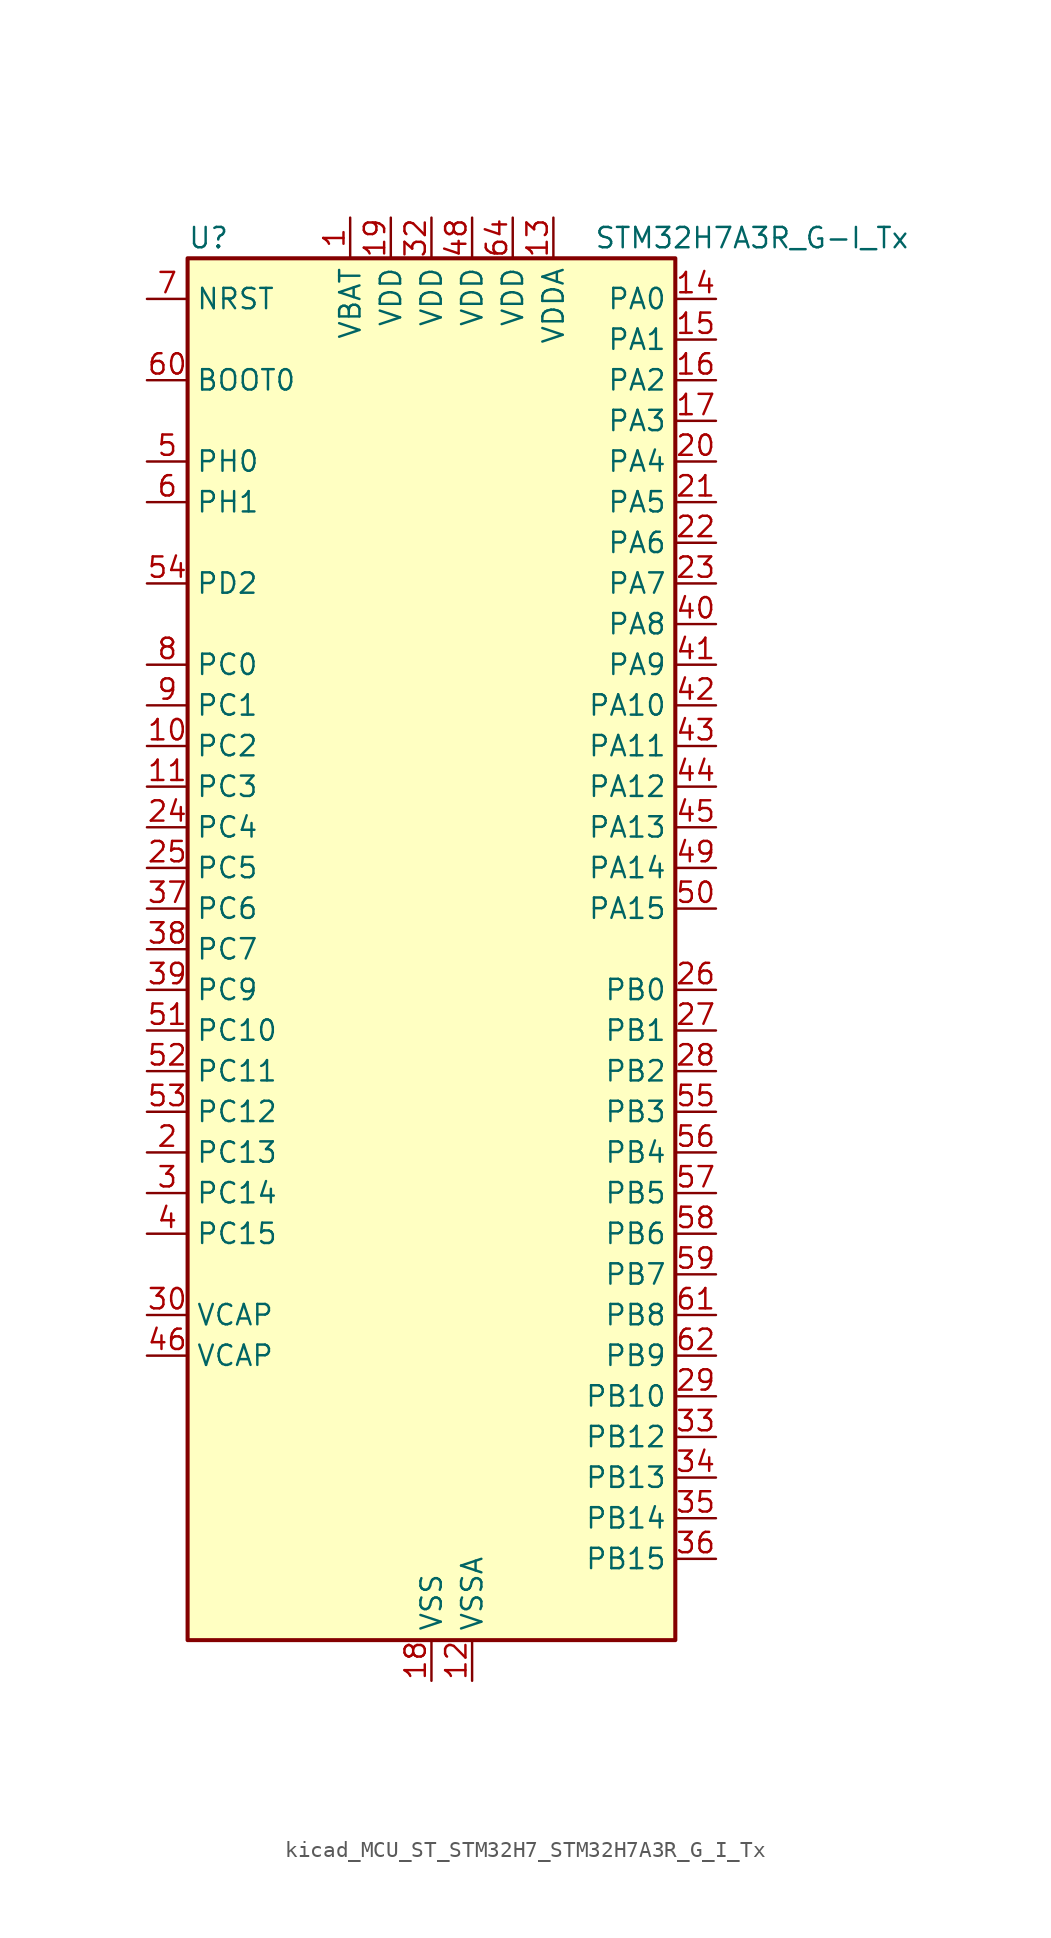
<source format=kicad_sym>
(kicad_symbol_lib
  (version 20220914)
  (generator kicad_symbol_editor)
  (symbol "kicad_MCU_ST_STM32H7_STM32H7A3R_G_I_Tx"
    (property "Reference" "U"
      (at -15.24 44.45 0)
      (effects (font (size 1.27 1.27)) (justify left)))
    (property "Value" "STM32H7A3R_G-I_Tx"
      (at 10.16 44.45 0)
      (effects (font (size 1.27 1.27)) (justify left)))
    (property "ki_locked" ""
      (at 0 0 0)
      (effects (font (size 1.27 1.27))))
    (symbol "kicad_MCU_ST_STM32H7_STM32H7A3R_G_I_Tx_0_1"
      (rectangle (start -15.24 -43.18) (end 15.24 43.18) (stroke (width 0.254) (type default)) (fill (type background))))
    (symbol "kicad_MCU_ST_STM32H7_STM32H7A3R_G_I_Tx_1_1"
      (pin power_in line (at -5.08 45.72 270) (length 2.54) (name "VBAT" (effects (font (size 1.27 1.27)))) (number "1" (effects (font (size 1.27 1.27)))))
      (pin bidirectional line (at -17.78 12.7 0) (length 2.54) (name "PC2" (effects (font (size 1.27 1.27)))) (number "10" (effects (font (size 1.27 1.27)))) (alternate "ADC1_INN11" bidirectional line) (alternate "ADC1_INP12" bidirectional line) (alternate "ADC2_INN11" bidirectional line) (alternate "ADC2_INP12" bidirectional line) (alternate "DFSDM1_CKIN1" bidirectional line) (alternate "DFSDM1_CKOUT" bidirectional line) (alternate "I2S2_SDI" bidirectional line) (alternate "OCTOSPIM_P1_IO2" bidirectional line) (alternate "OCTOSPIM_P1_IO5" bidirectional line) (alternate "PWR_CSTOP" bidirectional line) (alternate "SPI2_MISO" bidirectional line) (alternate "USB_OTG_HS_ULPI_DIR" bidirectional line))
      (pin bidirectional line (at -17.78 10.16 0) (length 2.54) (name "PC3" (effects (font (size 1.27 1.27)))) (number "11" (effects (font (size 1.27 1.27)))) (alternate "ADC1_INN12" bidirectional line) (alternate "ADC1_INP13" bidirectional line) (alternate "ADC2_INN12" bidirectional line) (alternate "ADC2_INP13" bidirectional line) (alternate "DFSDM1_DATIN1" bidirectional line) (alternate "I2S2_SDO" bidirectional line) (alternate "OCTOSPIM_P1_IO0" bidirectional line) (alternate "OCTOSPIM_P1_IO6" bidirectional line) (alternate "PWR_CSLEEP" bidirectional line) (alternate "SPI2_MOSI" bidirectional line) (alternate "USB_OTG_HS_ULPI_NXT" bidirectional line))
      (pin power_in line (at 2.54 -45.72 90) (length 2.54) (name "VSSA" (effects (font (size 1.27 1.27)))) (number "12" (effects (font (size 1.27 1.27)))))
      (pin power_in line (at 7.62 45.72 270) (length 2.54) (name "VDDA" (effects (font (size 1.27 1.27)))) (number "13" (effects (font (size 1.27 1.27)))))
      (pin bidirectional line (at 17.78 40.64 180) (length 2.54) (name "PA0" (effects (font (size 1.27 1.27)))) (number "14" (effects (font (size 1.27 1.27)))) (alternate "ADC1_INP16" bidirectional line) (alternate "I2S6_WS" bidirectional line) (alternate "PWR_WKUP1" bidirectional line) (alternate "SAI2_SD_B" bidirectional line) (alternate "SDMMC2_CMD" bidirectional line) (alternate "SPI6_NSS" bidirectional line) (alternate "TIM15_BKIN" bidirectional line) (alternate "TIM2_CH1" bidirectional line) (alternate "TIM2_ETR" bidirectional line) (alternate "TIM5_CH1" bidirectional line) (alternate "TIM8_ETR" bidirectional line) (alternate "UART4_TX" bidirectional line) (alternate "USART2_CTS" bidirectional line) (alternate "USART2_NSS" bidirectional line))
      (pin bidirectional line (at 17.78 38.1 180) (length 2.54) (name "PA1" (effects (font (size 1.27 1.27)))) (number "15" (effects (font (size 1.27 1.27)))) (alternate "ADC1_INN16" bidirectional line) (alternate "ADC1_INP17" bidirectional line) (alternate "LPTIM3_OUT" bidirectional line) (alternate "LTDC_R2" bidirectional line) (alternate "OCTOSPIM_P1_DQS" bidirectional line) (alternate "OCTOSPIM_P1_IO3" bidirectional line) (alternate "SAI2_MCLK_B" bidirectional line) (alternate "TIM15_CH1N" bidirectional line) (alternate "TIM2_CH2" bidirectional line) (alternate "TIM5_CH2" bidirectional line) (alternate "UART4_RX" bidirectional line) (alternate "USART2_DE" bidirectional line) (alternate "USART2_RTS" bidirectional line))
      (pin bidirectional line (at 17.78 35.56 180) (length 2.54) (name "PA2" (effects (font (size 1.27 1.27)))) (number "16" (effects (font (size 1.27 1.27)))) (alternate "ADC1_INP14" bidirectional line) (alternate "DFSDM2_CKIN1" bidirectional line) (alternate "LTDC_R1" bidirectional line) (alternate "MDIOS_MDIO" bidirectional line) (alternate "PWR_WKUP2" bidirectional line) (alternate "SAI2_SCK_B" bidirectional line) (alternate "TIM15_CH1" bidirectional line) (alternate "TIM2_CH3" bidirectional line) (alternate "TIM5_CH3" bidirectional line) (alternate "USART2_TX" bidirectional line))
      (pin bidirectional line (at 17.78 33.02 180) (length 2.54) (name "PA3" (effects (font (size 1.27 1.27)))) (number "17" (effects (font (size 1.27 1.27)))) (alternate "ADC1_INP15" bidirectional line) (alternate "I2S6_MCK" bidirectional line) (alternate "LTDC_B2" bidirectional line) (alternate "LTDC_B5" bidirectional line) (alternate "OCTOSPIM_P1_CLK" bidirectional line) (alternate "TIM15_CH2" bidirectional line) (alternate "TIM2_CH4" bidirectional line) (alternate "TIM5_CH4" bidirectional line) (alternate "USART2_RX" bidirectional line) (alternate "USB_OTG_HS_ULPI_D0" bidirectional line))
      (pin power_in line (at 0 -45.72 90) (length 2.54) (name "VSS" (effects (font (size 1.27 1.27)))) (number "18" (effects (font (size 1.27 1.27)))))
      (pin power_in line (at -2.54 45.72 270) (length 2.54) (name "VDD" (effects (font (size 1.27 1.27)))) (number "19" (effects (font (size 1.27 1.27)))))
      (pin bidirectional line (at -17.78 -12.7 0) (length 2.54) (name "PC13" (effects (font (size 1.27 1.27)))) (number "2" (effects (font (size 1.27 1.27)))) (alternate "PWR_WKUP4" bidirectional line) (alternate "RTC_OUT_ALARM" bidirectional line) (alternate "RTC_OUT_CALIB" bidirectional line) (alternate "RTC_TAMP1" bidirectional line) (alternate "RTC_TS" bidirectional line))
      (pin bidirectional line (at 17.78 30.48 180) (length 2.54) (name "PA4" (effects (font (size 1.27 1.27)))) (number "20" (effects (font (size 1.27 1.27)))) (alternate "ADC1_INP18" bidirectional line) (alternate "DAC1_OUT1" bidirectional line) (alternate "DCMI_HSYNC" bidirectional line) (alternate "I2S1_WS" bidirectional line) (alternate "I2S3_WS" bidirectional line) (alternate "I2S6_WS" bidirectional line) (alternate "LTDC_VSYNC" bidirectional line) (alternate "PSSI_DE" bidirectional line) (alternate "SPI1_NSS" bidirectional line) (alternate "SPI3_NSS" bidirectional line) (alternate "SPI6_NSS" bidirectional line) (alternate "TIM5_ETR" bidirectional line) (alternate "USART2_CK" bidirectional line))
      (pin bidirectional line (at 17.78 27.94 180) (length 2.54) (name "PA5" (effects (font (size 1.27 1.27)))) (number "21" (effects (font (size 1.27 1.27)))) (alternate "ADC1_INN18" bidirectional line) (alternate "ADC1_INP19" bidirectional line) (alternate "DAC1_OUT2" bidirectional line) (alternate "I2S1_CK" bidirectional line) (alternate "I2S6_CK" bidirectional line) (alternate "LTDC_R4" bidirectional line) (alternate "PSSI_D14" bidirectional line) (alternate "PWR_NDSTOP2" bidirectional line) (alternate "SPI1_SCK" bidirectional line) (alternate "SPI6_SCK" bidirectional line) (alternate "TIM2_CH1" bidirectional line) (alternate "TIM2_ETR" bidirectional line) (alternate "TIM8_CH1N" bidirectional line) (alternate "USB_OTG_HS_ULPI_CK" bidirectional line))
      (pin bidirectional line (at 17.78 25.4 180) (length 2.54) (name "PA6" (effects (font (size 1.27 1.27)))) (number "22" (effects (font (size 1.27 1.27)))) (alternate "ADC1_INP3" bidirectional line) (alternate "ADC2_INP3" bidirectional line) (alternate "DAC2_OUT1" bidirectional line) (alternate "DCMI_PIXCLK" bidirectional line) (alternate "I2S1_SDI" bidirectional line) (alternate "I2S6_SDI" bidirectional line) (alternate "LTDC_G2" bidirectional line) (alternate "MDIOS_MDC" bidirectional line) (alternate "OCTOSPIM_P1_IO3" bidirectional line) (alternate "PSSI_PDCK" bidirectional line) (alternate "SPI1_MISO" bidirectional line) (alternate "SPI6_MISO" bidirectional line) (alternate "TIM13_CH1" bidirectional line) (alternate "TIM1_BKIN" bidirectional line) (alternate "TIM1_BKIN_COMP1" bidirectional line) (alternate "TIM3_CH1" bidirectional line) (alternate "TIM8_BKIN" bidirectional line) (alternate "TIM8_BKIN_COMP1" bidirectional line))
      (pin bidirectional line (at 17.78 22.86 180) (length 2.54) (name "PA7" (effects (font (size 1.27 1.27)))) (number "23" (effects (font (size 1.27 1.27)))) (alternate "ADC1_INN3" bidirectional line) (alternate "ADC1_INP7" bidirectional line) (alternate "ADC2_INN3" bidirectional line) (alternate "ADC2_INP7" bidirectional line) (alternate "DFSDM2_DATIN1" bidirectional line) (alternate "I2S1_SDO" bidirectional line) (alternate "I2S6_SDO" bidirectional line) (alternate "LTDC_VSYNC" bidirectional line) (alternate "OCTOSPIM_P1_IO2" bidirectional line) (alternate "OPAMP1_VINM" bidirectional line) (alternate "SPI1_MOSI" bidirectional line) (alternate "SPI6_MOSI" bidirectional line) (alternate "TIM14_CH1" bidirectional line) (alternate "TIM1_CH1N" bidirectional line) (alternate "TIM3_CH2" bidirectional line) (alternate "TIM8_CH1N" bidirectional line))
      (pin bidirectional line (at -17.78 7.62 0) (length 2.54) (name "PC4" (effects (font (size 1.27 1.27)))) (number "24" (effects (font (size 1.27 1.27)))) (alternate "ADC1_INP4" bidirectional line) (alternate "ADC2_INP4" bidirectional line) (alternate "COMP1_INM" bidirectional line) (alternate "DFSDM1_CKIN2" bidirectional line) (alternate "I2S1_MCK" bidirectional line) (alternate "LTDC_R7" bidirectional line) (alternate "OPAMP1_VOUT" bidirectional line) (alternate "SPDIFRX_IN2" bidirectional line))
      (pin bidirectional line (at -17.78 5.08 0) (length 2.54) (name "PC5" (effects (font (size 1.27 1.27)))) (number "25" (effects (font (size 1.27 1.27)))) (alternate "ADC1_INN4" bidirectional line) (alternate "ADC1_INP8" bidirectional line) (alternate "ADC2_INN4" bidirectional line) (alternate "ADC2_INP8" bidirectional line) (alternate "COMP1_OUT" bidirectional line) (alternate "DFSDM1_DATIN2" bidirectional line) (alternate "LTDC_DE" bidirectional line) (alternate "OCTOSPIM_P1_DQS" bidirectional line) (alternate "OPAMP1_VINM" bidirectional line) (alternate "PSSI_D15" bidirectional line) (alternate "SPDIFRX_IN3" bidirectional line))
      (pin bidirectional line (at 17.78 -2.54 180) (length 2.54) (name "PB0" (effects (font (size 1.27 1.27)))) (number "26" (effects (font (size 1.27 1.27)))) (alternate "ADC1_INN5" bidirectional line) (alternate "ADC1_INP9" bidirectional line) (alternate "ADC2_INN5" bidirectional line) (alternate "ADC2_INP9" bidirectional line) (alternate "COMP1_INP" bidirectional line) (alternate "DFSDM1_CKOUT" bidirectional line) (alternate "DFSDM2_CKOUT" bidirectional line) (alternate "LTDC_G1" bidirectional line) (alternate "LTDC_R3" bidirectional line) (alternate "OCTOSPIM_P1_IO1" bidirectional line) (alternate "OPAMP1_VINP" bidirectional line) (alternate "TIM1_CH2N" bidirectional line) (alternate "TIM3_CH3" bidirectional line) (alternate "TIM8_CH2N" bidirectional line) (alternate "UART4_CTS" bidirectional line) (alternate "USB_OTG_HS_ULPI_D1" bidirectional line))
      (pin bidirectional line (at 17.78 -5.08 180) (length 2.54) (name "PB1" (effects (font (size 1.27 1.27)))) (number "27" (effects (font (size 1.27 1.27)))) (alternate "ADC1_INP5" bidirectional line) (alternate "ADC2_INP5" bidirectional line) (alternate "COMP1_INM" bidirectional line) (alternate "DFSDM1_DATIN1" bidirectional line) (alternate "LTDC_G0" bidirectional line) (alternate "LTDC_R6" bidirectional line) (alternate "OCTOSPIM_P1_IO0" bidirectional line) (alternate "TIM1_CH3N" bidirectional line) (alternate "TIM3_CH4" bidirectional line) (alternate "TIM8_CH3N" bidirectional line) (alternate "USB_OTG_HS_ULPI_D2" bidirectional line))
      (pin bidirectional line (at 17.78 -7.62 180) (length 2.54) (name "PB2" (effects (font (size 1.27 1.27)))) (number "28" (effects (font (size 1.27 1.27)))) (alternate "COMP1_INP" bidirectional line) (alternate "DFSDM1_CKIN1" bidirectional line) (alternate "I2S3_SDO" bidirectional line) (alternate "OCTOSPIM_P1_CLK" bidirectional line) (alternate "OCTOSPIM_P1_DQS" bidirectional line) (alternate "RTC_OUT_ALARM" bidirectional line) (alternate "RTC_OUT_CALIB" bidirectional line) (alternate "SPI3_MOSI" bidirectional line))
      (pin bidirectional line (at 17.78 -27.94 180) (length 2.54) (name "PB10" (effects (font (size 1.27 1.27)))) (number "29" (effects (font (size 1.27 1.27)))) (alternate "DFSDM1_DATIN7" bidirectional line) (alternate "I2S2_CK" bidirectional line) (alternate "LPTIM2_IN1" bidirectional line) (alternate "LTDC_G4" bidirectional line) (alternate "OCTOSPIM_P1_NCS" bidirectional line) (alternate "SPI2_SCK" bidirectional line) (alternate "TIM2_CH3" bidirectional line) (alternate "USART3_TX" bidirectional line) (alternate "USB_OTG_HS_ULPI_D3" bidirectional line))
      (pin bidirectional line (at -17.78 -15.24 0) (length 2.54) (name "PC14" (effects (font (size 1.27 1.27)))) (number "3" (effects (font (size 1.27 1.27)))) (alternate "RCC_OSC32_IN" bidirectional line))
      (pin power_out line (at -17.78 -22.86 0) (length 2.54) (name "VCAP" (effects (font (size 1.27 1.27)))) (number "30" (effects (font (size 1.27 1.27)))))
      (pin passive line (at 0 -45.72 90) (length 2.54) hide (name "VSS" (effects (font (size 1.27 1.27)))) (number "31" (effects (font (size 1.27 1.27)))))
      (pin power_in line (at 0 45.72 270) (length 2.54) (name "VDD" (effects (font (size 1.27 1.27)))) (number "32" (effects (font (size 1.27 1.27)))))
      (pin bidirectional line (at 17.78 -30.48 180) (length 2.54) (name "PB12" (effects (font (size 1.27 1.27)))) (number "33" (effects (font (size 1.27 1.27)))) (alternate "DFSDM1_DATIN1" bidirectional line) (alternate "DFSDM2_DATIN1" bidirectional line) (alternate "FDCAN2_RX" bidirectional line) (alternate "I2S2_WS" bidirectional line) (alternate "OCTOSPIM_P1_NCLK" bidirectional line) (alternate "SPI2_NSS" bidirectional line) (alternate "TIM1_BKIN" bidirectional line) (alternate "TIM1_BKIN_COMP1" bidirectional line) (alternate "UART5_RX" bidirectional line) (alternate "USART3_CK" bidirectional line) (alternate "USB_OTG_HS_ULPI_D5" bidirectional line))
      (pin bidirectional line (at 17.78 -33.02 180) (length 2.54) (name "PB13" (effects (font (size 1.27 1.27)))) (number "34" (effects (font (size 1.27 1.27)))) (alternate "DCMI_D2" bidirectional line) (alternate "DFSDM1_CKIN1" bidirectional line) (alternate "DFSDM2_CKIN1" bidirectional line) (alternate "FDCAN2_TX" bidirectional line) (alternate "I2S2_CK" bidirectional line) (alternate "LPTIM2_OUT" bidirectional line) (alternate "PSSI_D2" bidirectional line) (alternate "SDMMC1_D0" bidirectional line) (alternate "SPI2_SCK" bidirectional line) (alternate "TIM1_CH1N" bidirectional line) (alternate "UART5_TX" bidirectional line) (alternate "USART3_CTS" bidirectional line) (alternate "USART3_NSS" bidirectional line) (alternate "USB_OTG_HS_ULPI_D6" bidirectional line))
      (pin bidirectional line (at 17.78 -35.56 180) (length 2.54) (name "PB14" (effects (font (size 1.27 1.27)))) (number "35" (effects (font (size 1.27 1.27)))) (alternate "DFSDM1_DATIN2" bidirectional line) (alternate "I2S2_SDI" bidirectional line) (alternate "LTDC_CLK" bidirectional line) (alternate "SDMMC2_D0" bidirectional line) (alternate "SPI2_MISO" bidirectional line) (alternate "TIM12_CH1" bidirectional line) (alternate "TIM1_CH2N" bidirectional line) (alternate "TIM8_CH2N" bidirectional line) (alternate "UART4_DE" bidirectional line) (alternate "UART4_RTS" bidirectional line) (alternate "USART1_TX" bidirectional line) (alternate "USART3_DE" bidirectional line) (alternate "USART3_RTS" bidirectional line))
      (pin bidirectional line (at 17.78 -38.1 180) (length 2.54) (name "PB15" (effects (font (size 1.27 1.27)))) (number "36" (effects (font (size 1.27 1.27)))) (alternate "ADC1_EXTI15" bidirectional line) (alternate "ADC2_EXTI15" bidirectional line) (alternate "DFSDM1_CKIN2" bidirectional line) (alternate "I2S2_SDO" bidirectional line) (alternate "LTDC_G7" bidirectional line) (alternate "RTC_REFIN" bidirectional line) (alternate "SDMMC2_D1" bidirectional line) (alternate "SPI2_MOSI" bidirectional line) (alternate "TIM12_CH2" bidirectional line) (alternate "TIM1_CH3N" bidirectional line) (alternate "TIM8_CH3N" bidirectional line) (alternate "UART4_CTS" bidirectional line) (alternate "USART1_RX" bidirectional line))
      (pin bidirectional line (at -17.78 2.54 0) (length 2.54) (name "PC6" (effects (font (size 1.27 1.27)))) (number "37" (effects (font (size 1.27 1.27)))) (alternate "DCMI_D0" bidirectional line) (alternate "DFSDM1_CKIN3" bidirectional line) (alternate "I2S2_MCK" bidirectional line) (alternate "LTDC_HSYNC" bidirectional line) (alternate "PSSI_D0" bidirectional line) (alternate "SDMMC1_D0DIR" bidirectional line) (alternate "SDMMC1_D6" bidirectional line) (alternate "SDMMC2_D6" bidirectional line) (alternate "SWPMI1_IO" bidirectional line) (alternate "TIM3_CH1" bidirectional line) (alternate "TIM8_CH1" bidirectional line) (alternate "USART6_TX" bidirectional line))
      (pin bidirectional line (at -17.78 0 0) (length 2.54) (name "PC7" (effects (font (size 1.27 1.27)))) (number "38" (effects (font (size 1.27 1.27)))) (alternate "DCMI_D1" bidirectional line) (alternate "DEBUG_TRGIO" bidirectional line) (alternate "DFSDM1_DATIN3" bidirectional line) (alternate "I2S3_MCK" bidirectional line) (alternate "LTDC_G6" bidirectional line) (alternate "PSSI_D1" bidirectional line) (alternate "SDMMC1_D123DIR" bidirectional line) (alternate "SDMMC1_D7" bidirectional line) (alternate "SDMMC2_D7" bidirectional line) (alternate "SWPMI1_TX" bidirectional line) (alternate "TIM3_CH2" bidirectional line) (alternate "TIM8_CH2" bidirectional line) (alternate "USART6_RX" bidirectional line))
      (pin bidirectional line (at -17.78 -2.54 0) (length 2.54) (name "PC9" (effects (font (size 1.27 1.27)))) (number "39" (effects (font (size 1.27 1.27)))) (alternate "DAC1_EXTI9" bidirectional line) (alternate "DCMI_D3" bidirectional line) (alternate "I2C3_SDA" bidirectional line) (alternate "I2S_CKIN" bidirectional line) (alternate "LTDC_B2" bidirectional line) (alternate "LTDC_G3" bidirectional line) (alternate "OCTOSPIM_P1_IO0" bidirectional line) (alternate "PSSI_D3" bidirectional line) (alternate "RCC_MCO_2" bidirectional line) (alternate "SDMMC1_D1" bidirectional line) (alternate "SWPMI1_SUSPEND" bidirectional line) (alternate "TIM3_CH4" bidirectional line) (alternate "TIM8_CH4" bidirectional line) (alternate "UART5_CTS" bidirectional line))
      (pin bidirectional line (at -17.78 -17.78 0) (length 2.54) (name "PC15" (effects (font (size 1.27 1.27)))) (number "4" (effects (font (size 1.27 1.27)))) (alternate "ADC1_EXTI15" bidirectional line) (alternate "ADC2_EXTI15" bidirectional line) (alternate "RCC_OSC32_OUT" bidirectional line))
      (pin bidirectional line (at 17.78 20.32 180) (length 2.54) (name "PA8" (effects (font (size 1.27 1.27)))) (number "40" (effects (font (size 1.27 1.27)))) (alternate "I2C3_SCL" bidirectional line) (alternate "LTDC_B3" bidirectional line) (alternate "LTDC_R6" bidirectional line) (alternate "RCC_MCO_1" bidirectional line) (alternate "TIM1_CH1" bidirectional line) (alternate "TIM8_BKIN2" bidirectional line) (alternate "TIM8_BKIN2_COMP1" bidirectional line) (alternate "UART7_RX" bidirectional line) (alternate "USART1_CK" bidirectional line) (alternate "USB_OTG_HS_SOF" bidirectional line))
      (pin bidirectional line (at 17.78 17.78 180) (length 2.54) (name "PA9" (effects (font (size 1.27 1.27)))) (number "41" (effects (font (size 1.27 1.27)))) (alternate "DAC1_EXTI9" bidirectional line) (alternate "DCMI_D0" bidirectional line) (alternate "I2C3_SMBA" bidirectional line) (alternate "I2S2_CK" bidirectional line) (alternate "LPUART1_TX" bidirectional line) (alternate "LTDC_R5" bidirectional line) (alternate "PSSI_D0" bidirectional line) (alternate "SPI2_SCK" bidirectional line) (alternate "TIM1_CH2" bidirectional line) (alternate "USART1_TX" bidirectional line) (alternate "USB_OTG_HS_VBUS" bidirectional line))
      (pin bidirectional line (at 17.78 15.24 180) (length 2.54) (name "PA10" (effects (font (size 1.27 1.27)))) (number "42" (effects (font (size 1.27 1.27)))) (alternate "DCMI_D1" bidirectional line) (alternate "LPUART1_RX" bidirectional line) (alternate "LTDC_B1" bidirectional line) (alternate "LTDC_B4" bidirectional line) (alternate "MDIOS_MDIO" bidirectional line) (alternate "PSSI_D1" bidirectional line) (alternate "TIM1_CH3" bidirectional line) (alternate "USART1_RX" bidirectional line) (alternate "USB_OTG_HS_ID" bidirectional line))
      (pin bidirectional line (at 17.78 12.7 180) (length 2.54) (name "PA11" (effects (font (size 1.27 1.27)))) (number "43" (effects (font (size 1.27 1.27)))) (alternate "ADC1_EXTI11" bidirectional line) (alternate "ADC2_EXTI11" bidirectional line) (alternate "FDCAN1_RX" bidirectional line) (alternate "I2S2_WS" bidirectional line) (alternate "LPUART1_CTS" bidirectional line) (alternate "LTDC_R4" bidirectional line) (alternate "SPI2_NSS" bidirectional line) (alternate "TIM1_CH4" bidirectional line) (alternate "UART4_RX" bidirectional line) (alternate "USART1_CTS" bidirectional line) (alternate "USART1_NSS" bidirectional line) (alternate "USB_OTG_HS_DM" bidirectional line))
      (pin bidirectional line (at 17.78 10.16 180) (length 2.54) (name "PA12" (effects (font (size 1.27 1.27)))) (number "44" (effects (font (size 1.27 1.27)))) (alternate "FDCAN1_TX" bidirectional line) (alternate "I2S2_CK" bidirectional line) (alternate "LPUART1_DE" bidirectional line) (alternate "LPUART1_RTS" bidirectional line) (alternate "LTDC_R5" bidirectional line) (alternate "SAI2_FS_B" bidirectional line) (alternate "SPI2_SCK" bidirectional line) (alternate "TIM1_ETR" bidirectional line) (alternate "UART4_TX" bidirectional line) (alternate "USART1_DE" bidirectional line) (alternate "USART1_RTS" bidirectional line) (alternate "USB_OTG_HS_DP" bidirectional line))
      (pin bidirectional line (at 17.78 7.62 180) (length 2.54) (name "PA13" (effects (font (size 1.27 1.27)))) (number "45" (effects (font (size 1.27 1.27)))) (alternate "DEBUG_JTMS-SWDIO" bidirectional line))
      (pin power_out line (at -17.78 -25.4 0) (length 2.54) (name "VCAP" (effects (font (size 1.27 1.27)))) (number "46" (effects (font (size 1.27 1.27)))))
      (pin passive line (at 0 -45.72 90) (length 2.54) hide (name "VSS" (effects (font (size 1.27 1.27)))) (number "47" (effects (font (size 1.27 1.27)))))
      (pin power_in line (at 2.54 45.72 270) (length 2.54) (name "VDD" (effects (font (size 1.27 1.27)))) (number "48" (effects (font (size 1.27 1.27)))))
      (pin bidirectional line (at 17.78 5.08 180) (length 2.54) (name "PA14" (effects (font (size 1.27 1.27)))) (number "49" (effects (font (size 1.27 1.27)))) (alternate "DEBUG_JTCK-SWCLK" bidirectional line))
      (pin bidirectional line (at -17.78 30.48 0) (length 2.54) (name "PH0" (effects (font (size 1.27 1.27)))) (number "5" (effects (font (size 1.27 1.27)))) (alternate "RCC_OSC_IN" bidirectional line))
      (pin bidirectional line (at 17.78 2.54 180) (length 2.54) (name "PA15" (effects (font (size 1.27 1.27)))) (number "50" (effects (font (size 1.27 1.27)))) (alternate "ADC1_EXTI15" bidirectional line) (alternate "ADC2_EXTI15" bidirectional line) (alternate "CEC" bidirectional line) (alternate "DEBUG_JTDI" bidirectional line) (alternate "I2S1_WS" bidirectional line) (alternate "I2S3_WS" bidirectional line) (alternate "I2S6_WS" bidirectional line) (alternate "LTDC_B6" bidirectional line) (alternate "LTDC_R3" bidirectional line) (alternate "SPI1_NSS" bidirectional line) (alternate "SPI3_NSS" bidirectional line) (alternate "SPI6_NSS" bidirectional line) (alternate "TIM2_CH1" bidirectional line) (alternate "TIM2_ETR" bidirectional line) (alternate "UART4_DE" bidirectional line) (alternate "UART4_RTS" bidirectional line) (alternate "UART7_TX" bidirectional line))
      (pin bidirectional line (at -17.78 -5.08 0) (length 2.54) (name "PC10" (effects (font (size 1.27 1.27)))) (number "51" (effects (font (size 1.27 1.27)))) (alternate "DCMI_D8" bidirectional line) (alternate "DFSDM1_CKIN5" bidirectional line) (alternate "DFSDM2_CKIN0" bidirectional line) (alternate "I2S3_CK" bidirectional line) (alternate "LTDC_B1" bidirectional line) (alternate "LTDC_R2" bidirectional line) (alternate "OCTOSPIM_P1_IO1" bidirectional line) (alternate "PSSI_D8" bidirectional line) (alternate "SDMMC1_D2" bidirectional line) (alternate "SPI3_SCK" bidirectional line) (alternate "SWPMI1_RX" bidirectional line) (alternate "UART4_TX" bidirectional line) (alternate "USART3_TX" bidirectional line))
      (pin bidirectional line (at -17.78 -7.62 0) (length 2.54) (name "PC11" (effects (font (size 1.27 1.27)))) (number "52" (effects (font (size 1.27 1.27)))) (alternate "ADC1_EXTI11" bidirectional line) (alternate "ADC2_EXTI11" bidirectional line) (alternate "DCMI_D4" bidirectional line) (alternate "DFSDM1_DATIN5" bidirectional line) (alternate "DFSDM2_DATIN0" bidirectional line) (alternate "I2S3_SDI" bidirectional line) (alternate "LTDC_B4" bidirectional line) (alternate "OCTOSPIM_P1_NCS" bidirectional line) (alternate "PSSI_D4" bidirectional line) (alternate "SDMMC1_D3" bidirectional line) (alternate "SPI3_MISO" bidirectional line) (alternate "UART4_RX" bidirectional line) (alternate "USART3_RX" bidirectional line))
      (pin bidirectional line (at -17.78 -10.16 0) (length 2.54) (name "PC12" (effects (font (size 1.27 1.27)))) (number "53" (effects (font (size 1.27 1.27)))) (alternate "DCMI_D9" bidirectional line) (alternate "DEBUG_TRACED3" bidirectional line) (alternate "DFSDM2_CKOUT" bidirectional line) (alternate "I2S3_SDO" bidirectional line) (alternate "I2S6_CK" bidirectional line) (alternate "LTDC_R6" bidirectional line) (alternate "PSSI_D9" bidirectional line) (alternate "SDMMC1_CK" bidirectional line) (alternate "SPI3_MOSI" bidirectional line) (alternate "SPI6_SCK" bidirectional line) (alternate "TIM15_CH1" bidirectional line) (alternate "UART5_TX" bidirectional line) (alternate "USART3_CK" bidirectional line))
      (pin bidirectional line (at -17.78 22.86 0) (length 2.54) (name "PD2" (effects (font (size 1.27 1.27)))) (number "54" (effects (font (size 1.27 1.27)))) (alternate "DCMI_D11" bidirectional line) (alternate "DEBUG_TRACED2" bidirectional line) (alternate "LTDC_B2" bidirectional line) (alternate "LTDC_B7" bidirectional line) (alternate "PSSI_D11" bidirectional line) (alternate "SDMMC1_CMD" bidirectional line) (alternate "TIM15_BKIN" bidirectional line) (alternate "TIM3_ETR" bidirectional line) (alternate "UART5_RX" bidirectional line))
      (pin bidirectional line (at 17.78 -10.16 180) (length 2.54) (name "PB3" (effects (font (size 1.27 1.27)))) (number "55" (effects (font (size 1.27 1.27)))) (alternate "CRS_SYNC" bidirectional line) (alternate "DEBUG_JTDO-SWO" bidirectional line) (alternate "I2S1_CK" bidirectional line) (alternate "I2S3_CK" bidirectional line) (alternate "I2S6_CK" bidirectional line) (alternate "SDMMC2_D2" bidirectional line) (alternate "SPI1_SCK" bidirectional line) (alternate "SPI3_SCK" bidirectional line) (alternate "SPI6_SCK" bidirectional line) (alternate "TIM2_CH2" bidirectional line) (alternate "UART7_RX" bidirectional line))
      (pin bidirectional line (at 17.78 -12.7 180) (length 2.54) (name "PB4" (effects (font (size 1.27 1.27)))) (number "56" (effects (font (size 1.27 1.27)))) (alternate "DEBUG_JTRST" bidirectional line) (alternate "I2S1_SDI" bidirectional line) (alternate "I2S2_WS" bidirectional line) (alternate "I2S3_SDI" bidirectional line) (alternate "I2S6_SDI" bidirectional line) (alternate "SDMMC2_D3" bidirectional line) (alternate "SPI1_MISO" bidirectional line) (alternate "SPI2_NSS" bidirectional line) (alternate "SPI3_MISO" bidirectional line) (alternate "SPI6_MISO" bidirectional line) (alternate "TIM16_BKIN" bidirectional line) (alternate "TIM3_CH1" bidirectional line) (alternate "UART7_TX" bidirectional line))
      (pin bidirectional line (at 17.78 -15.24 180) (length 2.54) (name "PB5" (effects (font (size 1.27 1.27)))) (number "57" (effects (font (size 1.27 1.27)))) (alternate "DCMI_D10" bidirectional line) (alternate "FDCAN2_RX" bidirectional line) (alternate "I2C1_SMBA" bidirectional line) (alternate "I2C4_SMBA" bidirectional line) (alternate "I2S1_SDO" bidirectional line) (alternate "I2S3_SDO" bidirectional line) (alternate "I2S6_SDO" bidirectional line) (alternate "LTDC_B5" bidirectional line) (alternate "PSSI_D10" bidirectional line) (alternate "SPI1_MOSI" bidirectional line) (alternate "SPI3_MOSI" bidirectional line) (alternate "SPI6_MOSI" bidirectional line) (alternate "TIM17_BKIN" bidirectional line) (alternate "TIM3_CH2" bidirectional line) (alternate "UART5_RX" bidirectional line) (alternate "USB_OTG_HS_ULPI_D7" bidirectional line))
      (pin bidirectional line (at 17.78 -17.78 180) (length 2.54) (name "PB6" (effects (font (size 1.27 1.27)))) (number "58" (effects (font (size 1.27 1.27)))) (alternate "CEC" bidirectional line) (alternate "DCMI_D5" bidirectional line) (alternate "DFSDM1_DATIN5" bidirectional line) (alternate "FDCAN2_TX" bidirectional line) (alternate "I2C1_SCL" bidirectional line) (alternate "I2C4_SCL" bidirectional line) (alternate "LPUART1_TX" bidirectional line) (alternate "OCTOSPIM_P1_NCS" bidirectional line) (alternate "PSSI_D5" bidirectional line) (alternate "TIM16_CH1N" bidirectional line) (alternate "TIM4_CH1" bidirectional line) (alternate "UART5_TX" bidirectional line) (alternate "USART1_TX" bidirectional line))
      (pin bidirectional line (at 17.78 -20.32 180) (length 2.54) (name "PB7" (effects (font (size 1.27 1.27)))) (number "59" (effects (font (size 1.27 1.27)))) (alternate "DCMI_VSYNC" bidirectional line) (alternate "DFSDM1_CKIN5" bidirectional line) (alternate "I2C1_SDA" bidirectional line) (alternate "I2C4_SDA" bidirectional line) (alternate "LPUART1_RX" bidirectional line) (alternate "PSSI_RDY" bidirectional line) (alternate "PWR_PVD_IN" bidirectional line) (alternate "TIM17_CH1N" bidirectional line) (alternate "TIM4_CH2" bidirectional line) (alternate "USART1_RX" bidirectional line))
      (pin bidirectional line (at -17.78 27.94 0) (length 2.54) (name "PH1" (effects (font (size 1.27 1.27)))) (number "6" (effects (font (size 1.27 1.27)))) (alternate "RCC_OSC_OUT" bidirectional line))
      (pin input line (at -17.78 35.56 0) (length 2.54) (name "BOOT0" (effects (font (size 1.27 1.27)))) (number "60" (effects (font (size 1.27 1.27)))))
      (pin bidirectional line (at 17.78 -22.86 180) (length 2.54) (name "PB8" (effects (font (size 1.27 1.27)))) (number "61" (effects (font (size 1.27 1.27)))) (alternate "DCMI_D6" bidirectional line) (alternate "DFSDM1_CKIN7" bidirectional line) (alternate "FDCAN1_RX" bidirectional line) (alternate "I2C1_SCL" bidirectional line) (alternate "I2C4_SCL" bidirectional line) (alternate "LTDC_B6" bidirectional line) (alternate "PSSI_D6" bidirectional line) (alternate "SDMMC1_CKIN" bidirectional line) (alternate "SDMMC1_D4" bidirectional line) (alternate "SDMMC2_D4" bidirectional line) (alternate "TIM16_CH1" bidirectional line) (alternate "TIM4_CH3" bidirectional line) (alternate "UART4_RX" bidirectional line))
      (pin bidirectional line (at 17.78 -25.4 180) (length 2.54) (name "PB9" (effects (font (size 1.27 1.27)))) (number "62" (effects (font (size 1.27 1.27)))) (alternate "DAC1_EXTI9" bidirectional line) (alternate "DCMI_D7" bidirectional line) (alternate "DFSDM1_DATIN7" bidirectional line) (alternate "FDCAN1_TX" bidirectional line) (alternate "I2C1_SDA" bidirectional line) (alternate "I2C4_SDA" bidirectional line) (alternate "I2C4_SMBA" bidirectional line) (alternate "I2S2_WS" bidirectional line) (alternate "LTDC_B7" bidirectional line) (alternate "PSSI_D7" bidirectional line) (alternate "SDMMC1_CDIR" bidirectional line) (alternate "SDMMC1_D5" bidirectional line) (alternate "SDMMC2_D5" bidirectional line) (alternate "SPI2_NSS" bidirectional line) (alternate "TIM17_CH1" bidirectional line) (alternate "TIM4_CH4" bidirectional line) (alternate "UART4_TX" bidirectional line))
      (pin passive line (at 0 -45.72 90) (length 2.54) hide (name "VSS" (effects (font (size 1.27 1.27)))) (number "63" (effects (font (size 1.27 1.27)))))
      (pin power_in line (at 5.08 45.72 270) (length 2.54) (name "VDD" (effects (font (size 1.27 1.27)))) (number "64" (effects (font (size 1.27 1.27)))))
      (pin input line (at -17.78 40.64 0) (length 2.54) (name "NRST" (effects (font (size 1.27 1.27)))) (number "7" (effects (font (size 1.27 1.27)))))
      (pin bidirectional line (at -17.78 17.78 0) (length 2.54) (name "PC0" (effects (font (size 1.27 1.27)))) (number "8" (effects (font (size 1.27 1.27)))) (alternate "ADC1_INP10" bidirectional line) (alternate "ADC2_INP10" bidirectional line) (alternate "DFSDM1_CKIN0" bidirectional line) (alternate "DFSDM1_DATIN4" bidirectional line) (alternate "LTDC_G2" bidirectional line) (alternate "LTDC_R5" bidirectional line) (alternate "SAI2_FS_B" bidirectional line) (alternate "USB_OTG_HS_ULPI_STP" bidirectional line))
      (pin bidirectional line (at -17.78 15.24 0) (length 2.54) (name "PC1" (effects (font (size 1.27 1.27)))) (number "9" (effects (font (size 1.27 1.27)))) (alternate "ADC1_INN10" bidirectional line) (alternate "ADC1_INP11" bidirectional line) (alternate "ADC2_INN10" bidirectional line) (alternate "ADC2_INP11" bidirectional line) (alternate "DEBUG_TRACED0" bidirectional line) (alternate "DFSDM1_CKIN4" bidirectional line) (alternate "DFSDM1_DATIN0" bidirectional line) (alternate "I2S2_SDO" bidirectional line) (alternate "LTDC_G5" bidirectional line) (alternate "MDIOS_MDC" bidirectional line) (alternate "OCTOSPIM_P1_IO4" bidirectional line) (alternate "PWR_WKUP6" bidirectional line) (alternate "RTC_TAMP3" bidirectional line) (alternate "SDMMC2_CK" bidirectional line) (alternate "SPI2_MOSI" bidirectional line)))))
</source>
